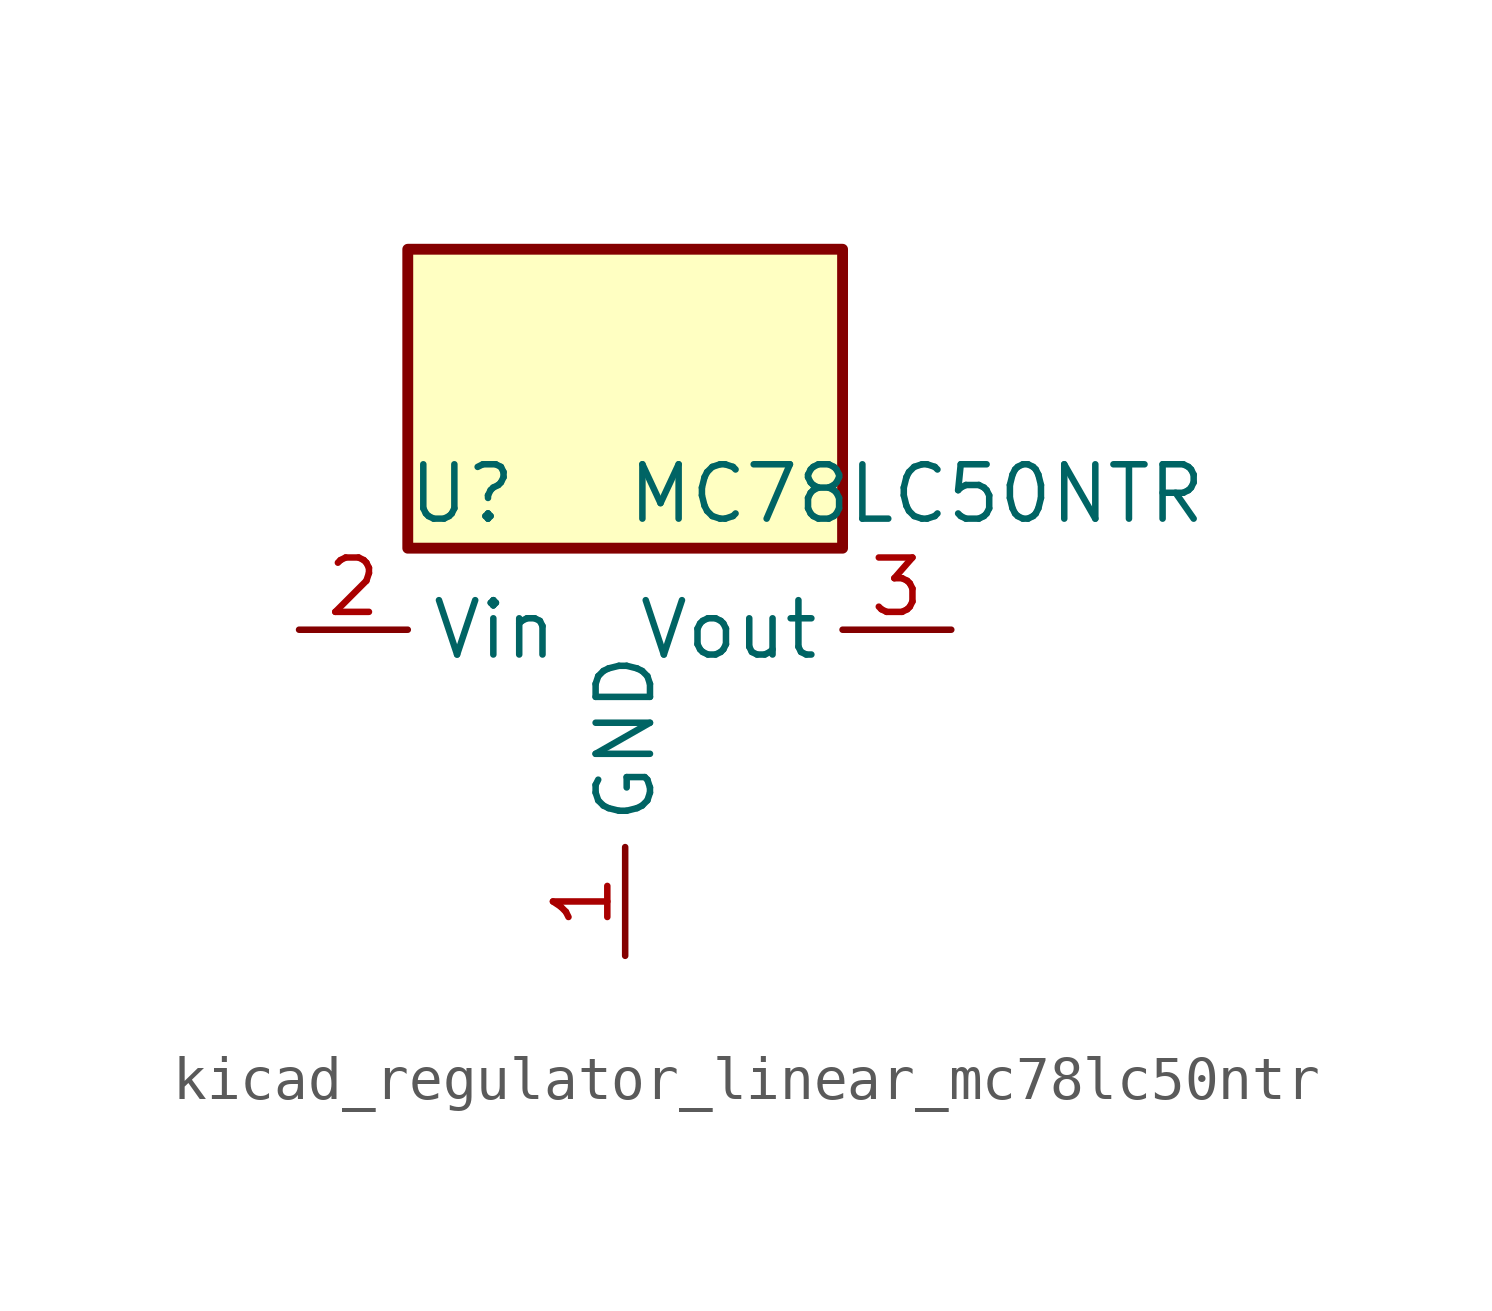
<source format=kicad_sym>
(kicad_symbol_lib
  (version 20220914)
  (generator kicad_symbol_editor)
  (symbol "kicad_regulator_linear_mc78lc50ntr"
    (property "Reference" "U"
      (at -3.81 3.175 0)
      (effects (font (size 1.27 1.27))))
    (property "Value" "MC78LC50NTR"
      (at 0 3.175 0)
      (effects (font (size 1.27 1.27)) (justify left)))
    (symbol "kicad_regulator_linear_mc78lc50ntr_0_1"
      (rectangle (start 5.08 8.89) (end -5.08 1.905) (stroke (width 0.254) (type default)) (fill (type background))))
    (symbol "kicad_regulator_linear_mc78lc50ntr_1_1"
      (pin power_in line (at 0 -7.62 90) (length 2.54) (name "GND" (effects (font (size 1.27 1.27)))) (number "1" (effects (font (size 1.27 1.27)))))
      (pin power_in line (at -7.62 0 0) (length 2.54) (name "Vin" (effects (font (size 1.27 1.27)))) (number "2" (effects (font (size 1.27 1.27)))))
      (pin power_out line (at 7.62 0 180) (length 2.54) (name "Vout" (effects (font (size 1.27 1.27)))) (number "3" (effects (font (size 1.27 1.27)))))
      (pin no_connect line (at 5.08 -2.54 180) (length 2.54) hide (name "NC" (effects (font (size 1.27 1.27)))) (number "4" (effects (font (size 1.27 1.27)))))
      (pin no_connect line (at -5.08 -2.54 0) (length 2.54) hide (name "NC" (effects (font (size 1.27 1.27)))) (number "5" (effects (font (size 1.27 1.27))))))))
</source>
